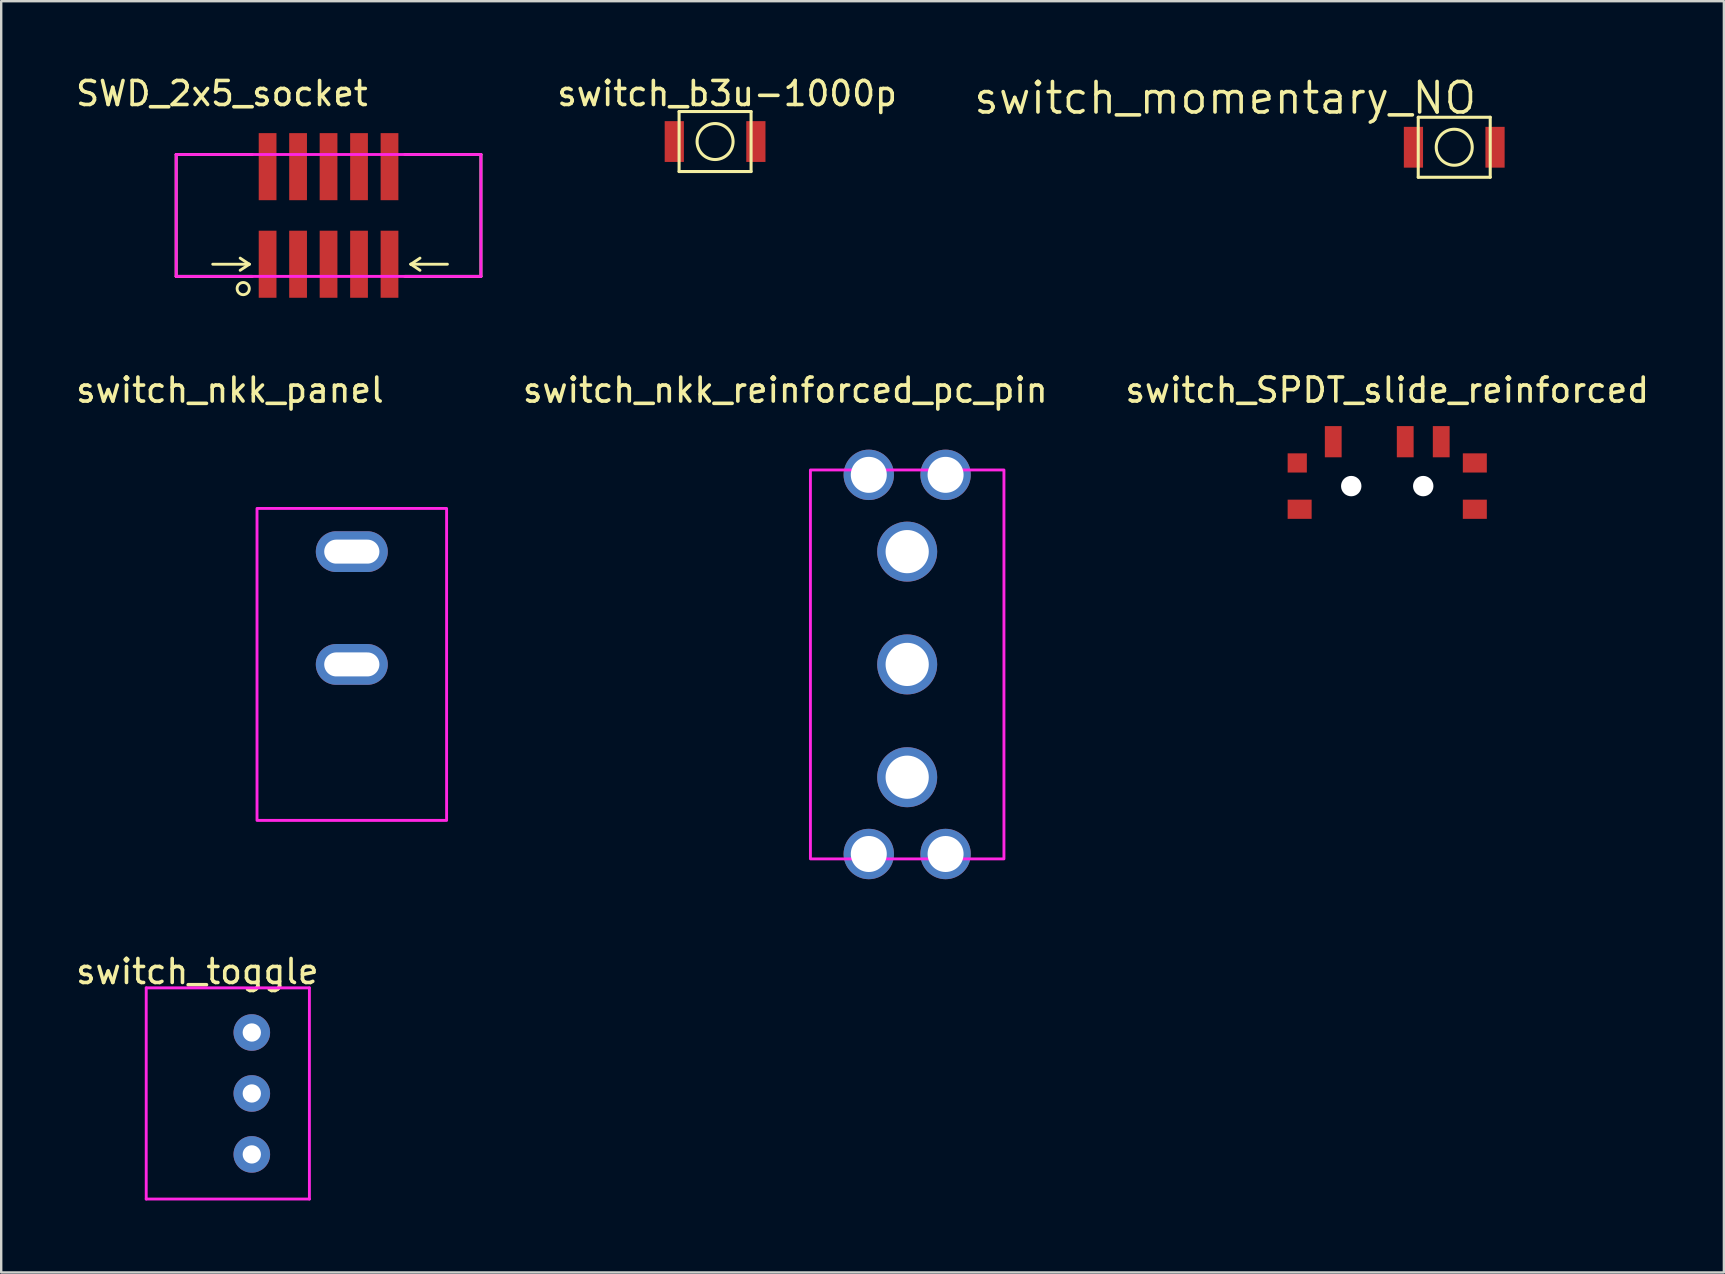
<source format=kicad_pcb>
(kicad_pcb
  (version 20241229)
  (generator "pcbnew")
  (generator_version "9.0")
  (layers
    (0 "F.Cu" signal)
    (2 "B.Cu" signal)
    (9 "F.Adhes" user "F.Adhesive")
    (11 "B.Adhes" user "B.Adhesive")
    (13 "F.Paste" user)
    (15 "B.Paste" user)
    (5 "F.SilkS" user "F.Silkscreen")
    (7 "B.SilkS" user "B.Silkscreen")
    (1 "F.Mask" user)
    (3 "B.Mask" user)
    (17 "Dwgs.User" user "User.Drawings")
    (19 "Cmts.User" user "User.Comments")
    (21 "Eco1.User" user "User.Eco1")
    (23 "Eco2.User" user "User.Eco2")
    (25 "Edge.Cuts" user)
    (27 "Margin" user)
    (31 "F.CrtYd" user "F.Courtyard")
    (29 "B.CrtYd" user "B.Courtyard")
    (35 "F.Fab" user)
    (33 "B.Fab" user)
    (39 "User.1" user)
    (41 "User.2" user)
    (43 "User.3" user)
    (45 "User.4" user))
  (footprint "switch_b3u-1000p"
    (layer "F.Cu")
    (at 26.748 2.848)
    (property "Reference" "switch_b3u-1000p" (at 0.5 -2 0) (layer "F.SilkS") (effects (font (size 1 1) (thickness 0.15))))
    (fp_line (start -1.5 -1.25) (end 1.5 -1.25) (stroke (width 0.127) (type solid)) (layer "F.SilkS"))
    (fp_line (start -1.5 1.25) (end -1.5 -1.25) (stroke (width 0.127) (type solid)) (layer "F.SilkS"))
    (fp_line (start -1.5 1.25) (end 1.5 1.25) (stroke (width 0.127) (type solid)) (layer "F.SilkS"))
    (fp_line (start 1.5 1.25) (end 1.5 -1.25) (stroke (width 0.127) (type solid)) (layer "F.SilkS"))
    (fp_circle (center 0 0) (end 0.75 0) (stroke (width 0.127) (type solid)) (fill no) (layer "F.SilkS"))
    (pad "P$1" smd rect (at -1.7 0) (size 0.8 1.7) (layers "F.Cu" "F.Mask" "F.Paste"))
    (pad "P$2" smd rect (at 1.7 0) (size 0.8 1.7) (layers "F.Cu" "F.Mask" "F.Paste")))
  (footprint "switch_nkk_panel"
    (layer "F.Cu")
    (at 11.61 24.637)
    (property "Reference" "switch_nkk_panel" (at -5.08 -11.43 0) (unlocked yes) (layer "F.SilkS") (effects (font (size 1 1) (thickness 0.15))))
    (attr through_hole)
    (fp_rect (start -3.95 -6.5) (end 3.95 6.5) (stroke (width 0.12) (type solid)) (fill no) (layer "F.CrtYd"))
    (pad "1" thru_hole oval (at 0 -4.7) (size 3 1.7) (drill oval 2.3 1) (layers "*.Cu" "*.Mask"))
    (pad "2" thru_hole oval (at 0 0) (size 3 1.7) (drill oval 2.3 1) (layers "*.Cu" "*.Mask")))
  (footprint "switch_SPDT_slide_reinforced"
    (layer "F.Cu")
    (at 54.757 17.206)
    (property "Reference" "switch_SPDT_slide_reinforced" (at 0 -4 0) (layer "F.SilkS") (effects (font (size 1 1) (thickness 0.15))))
    (pad "" np_thru_hole circle (at -1.5 0) (size 0.85 0.85) (drill 0.85) (layers "*.Cu" "*.Mask"))
    (pad "" np_thru_hole circle (at 1.5 0) (size 0.85 0.85) (drill 0.85) (layers "*.Cu" "*.Mask"))
    (pad "1" smd rect (at -2.25 -1.85 90) (size 1.3 0.7) (layers "F.Cu" "F.Mask" "F.Paste"))
    (pad "2" smd rect (at 0.75 -1.85 90) (size 1.3 0.7) (layers "F.Cu" "F.Mask" "F.Paste"))
    (pad "3" smd rect (at 2.25 -1.85 90) (size 1.3 0.7) (layers "F.Cu" "F.Mask" "F.Paste"))
    (pad "P$4" smd rect (at -3.75 -0.965 180) (size 0.8 0.8) (layers "F.Cu" "F.Mask" "F.Paste"))
    (pad "P$5" smd rect (at -3.65 0.965 180) (size 1 0.8) (layers "F.Cu" "F.Mask" "F.Paste"))
    (pad "P$6" smd rect (at 3.65 -0.965 180) (size 1 0.8) (layers "F.Cu" "F.Mask" "F.Paste"))
    (pad "P$7" smd rect (at 3.65 0.965 180) (size 1 0.8) (layers "F.Cu" "F.Mask" "F.Paste")))
  (footprint "switch_momentary_NO"
    (layer "F.Cu")
    (at 57.549 3.086)
    (property "Reference" "switch_momentary_NO" (at 1.016 -2.794 0) (layer "F.SilkS") (effects (font (size 1.27 1.27) (thickness 0.15)) (justify right top)))
    (attr through_hole)
    (fp_line (start -1.5 -1.25) (end 1.5 -1.25) (stroke (width 0.127) (type solid)) (layer "F.SilkS"))
    (fp_line (start -1.5 1.25) (end -1.5 -1.25) (stroke (width 0.127) (type solid)) (layer "F.SilkS"))
    (fp_line (start -1.5 1.25) (end 1.5 1.25) (stroke (width 0.127) (type solid)) (layer "F.SilkS"))
    (fp_line (start 1.5 1.25) (end 1.5 -1.25) (stroke (width 0.127) (type solid)) (layer "F.SilkS"))
    (fp_circle (center 0 0) (end 0.75 0) (stroke (width 0.127) (type solid)) (fill no) (layer "F.SilkS"))
    (pad "P$1" smd rect (at -1.7 0) (size 0.8 1.7) (layers "F.Cu" "F.Mask" "F.Paste"))
    (pad "P$2" smd rect (at 1.7 0) (size 0.8 1.7) (layers "F.Cu" "F.Mask" "F.Paste")))
  (footprint "switch_toggle"
    (layer "F.Cu")
    (at 6.443 42.515)
    (property "Reference" "switch_toggle" (at -1.27 -5.08 0) (layer "F.SilkS") (effects (font (size 1 1) (thickness 0.15))))
    (attr through_hole)
    (fp_line (start -3.4 -4.4) (end 3.4 -4.4) (stroke (width 0.12) (type solid)) (layer "F.CrtYd"))
    (fp_line (start -3.4 4.4) (end -3.4 -4.4) (stroke (width 0.12) (type solid)) (layer "F.CrtYd"))
    (fp_line (start -3.4 4.4) (end 3.4 4.4) (stroke (width 0.12) (type solid)) (layer "F.CrtYd"))
    (fp_line (start 3.4 -4.4) (end 3.4 4.4) (stroke (width 0.12) (type solid)) (layer "F.CrtYd"))
    (pad "1" thru_hole circle (at 1 -2.54) (size 1.524 1.524) (drill 0.762) (layers "*.Cu" "*.Mask"))
    (pad "2" thru_hole circle (at 1 0) (size 1.524 1.524) (drill 0.762) (layers "*.Cu" "*.Mask"))
    (pad "3" thru_hole circle (at 1 2.54) (size 1.524 1.524) (drill 0.762) (layers "*.Cu" "*.Mask")))
  (footprint "SWD_2x5_socket"
    (layer "F.Cu")
    (at 10.641 5.928)
    (property "Reference" "SWD_2x5_socket" (at -4.445 -5.08 180) (layer "F.SilkS") (effects (font (size 1 1) (thickness 0.15))))
    (attr smd)
    (fp_line (start -6.35 -2.54) (end -3.175 -2.54) (stroke (width 0.12) (type solid)) (layer "F.SilkS"))
    (fp_line (start -6.35 2.54) (end -6.35 -2.54) (stroke (width 0.12) (type solid)) (layer "F.SilkS"))
    (fp_line (start -4.826 2.032) (end -3.302 2.032) (stroke (width 0.12) (type solid)) (layer "F.SilkS"))
    (fp_line (start -3.302 2.032) (end -3.683 1.778) (stroke (width 0.12) (type solid)) (layer "F.SilkS"))
    (fp_line (start -3.302 2.032) (end -3.683 2.286) (stroke (width 0.12) (type solid)) (layer "F.SilkS"))
    (fp_line (start -3.175 2.54) (end -6.35 2.54) (stroke (width 0.12) (type solid)) (layer "F.SilkS"))
    (fp_line (start 3.175 -2.54) (end 6.35 -2.54) (stroke (width 0.12) (type solid)) (layer "F.SilkS"))
    (fp_line (start 3.429 2.032) (end 3.81 1.778) (stroke (width 0.12) (type solid)) (layer "F.SilkS"))
    (fp_line (start 3.429 2.032) (end 3.81 2.286) (stroke (width 0.12) (type solid)) (layer "F.SilkS"))
    (fp_line (start 4.953 2.032) (end 3.429 2.032) (stroke (width 0.12) (type solid)) (layer "F.SilkS"))
    (fp_line (start 6.35 -2.54) (end 6.35 2.54) (stroke (width 0.12) (type solid)) (layer "F.SilkS"))
    (fp_line (start 6.35 2.54) (end 3.175 2.54) (stroke (width 0.12) (type solid)) (layer "F.SilkS"))
    (fp_circle (center -3.556 3.048) (end -3.81 3.048) (stroke (width 0.12) (type solid)) (fill no) (layer "F.SilkS"))
    (fp_line (start -6.35 -2.54) (end -6.35 2.54) (stroke (width 0.12) (type solid)) (layer "F.CrtYd"))
    (fp_line (start -6.35 -2.54) (end 6.35 -2.54) (stroke (width 0.12) (type solid)) (layer "F.CrtYd"))
    (fp_line (start 6.35 -2.54) (end 6.35 2.54) (stroke (width 0.12) (type solid)) (layer "F.CrtYd"))
    (fp_line (start 6.35 2.54) (end -6.35 2.54) (stroke (width 0.12) (type solid)) (layer "F.CrtYd"))
    (pad "1" smd rect (at -2.54 2.033) (size 0.74 2.795) (layers "F.Cu" "F.Mask" "F.Paste"))
    (pad "2" smd rect (at -2.54 -2.033) (size 0.74 2.795) (layers "F.Cu" "F.Mask" "F.Paste"))
    (pad "3" smd rect (at -1.27 2.033) (size 0.74 2.795) (layers "F.Cu" "F.Mask" "F.Paste"))
    (pad "4" smd rect (at -1.27 -2.033) (size 0.74 2.795) (layers "F.Cu" "F.Mask" "F.Paste"))
    (pad "5" smd rect (at 0 2.033) (size 0.74 2.795) (layers "F.Cu" "F.Mask" "F.Paste"))
    (pad "6" smd rect (at 0 -2.033) (size 0.74 2.795) (layers "F.Cu" "F.Mask" "F.Paste"))
    (pad "7" smd rect (at 1.27 2.033) (size 0.74 2.795) (layers "F.Cu" "F.Mask" "F.Paste"))
    (pad "8" smd rect (at 1.27 -2.033) (size 0.74 2.795) (layers "F.Cu" "F.Mask" "F.Paste"))
    (pad "9" smd rect (at 2.54 2.033) (size 0.74 2.795) (layers "F.Cu" "F.Mask" "F.Paste"))
    (pad "10" smd rect (at 2.54 -2.033) (size 0.74 2.795) (layers "F.Cu" "F.Mask" "F.Paste")))
  (footprint "switch_nkk_reinforced_pc_pin"
    (layer "F.Cu")
    (at 34.753 24.637)
    (property "Reference" "switch_nkk_reinforced_pc_pin" (at -5.08 -11.43 0) (unlocked yes) (layer "F.SilkS") (effects (font (size 1 1) (thickness 0.15))))
    (attr through_hole)
    (fp_rect (start -4.032 -8.103) (end 4.032 8.103) (stroke (width 0.12) (type solid)) (fill no) (layer "F.CrtYd"))
    (pad "1" thru_hole circle (at 0 -4.7) (size 2.5 2.5) (drill 1.8) (layers "*.Cu" "*.Mask"))
    (pad "2" thru_hole circle (at 0 0) (size 2.5 2.5) (drill 1.8) (layers "*.Cu" "*.Mask"))
    (pad "3" thru_hole circle (at 0 4.7) (size 2.5 2.5) (drill 1.8) (layers "*.Cu" "*.Mask"))
    (pad "4" thru_hole circle (at -1.6 -7.9) (size 2.1 2.1) (drill 1.5) (layers "*.Cu" "*.Mask"))
    (pad "4" thru_hole circle (at -1.6 7.9) (size 2.1 2.1) (drill 1.5) (layers "*.Cu" "*.Mask"))
    (pad "4" thru_hole circle (at 1.6 -7.9) (size 2.1 2.1) (drill 1.5) (layers "*.Cu" "*.Mask"))
    (pad "4" thru_hole circle (at 1.6 7.9) (size 2.1 2.1) (drill 1.5) (layers "*.Cu" "*.Mask")))
  (gr_rect
    (start -3 -3)
    (end 68.786 49.975)
    (stroke (width 0.1) (type default))
    (fill no)
    (layer "Edge.Cuts")))
</source>
